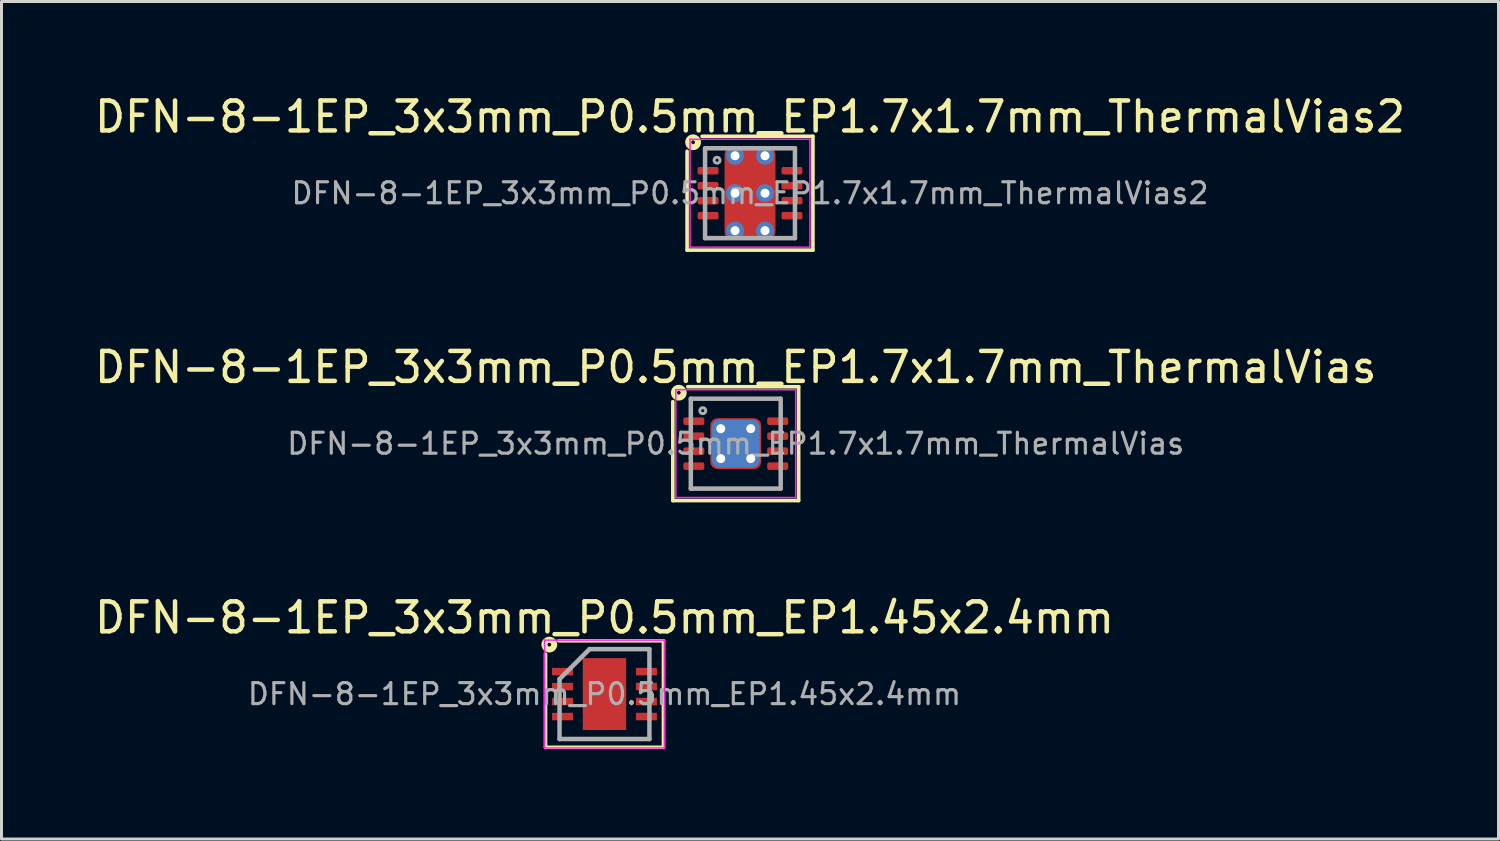
<source format=kicad_pcb>
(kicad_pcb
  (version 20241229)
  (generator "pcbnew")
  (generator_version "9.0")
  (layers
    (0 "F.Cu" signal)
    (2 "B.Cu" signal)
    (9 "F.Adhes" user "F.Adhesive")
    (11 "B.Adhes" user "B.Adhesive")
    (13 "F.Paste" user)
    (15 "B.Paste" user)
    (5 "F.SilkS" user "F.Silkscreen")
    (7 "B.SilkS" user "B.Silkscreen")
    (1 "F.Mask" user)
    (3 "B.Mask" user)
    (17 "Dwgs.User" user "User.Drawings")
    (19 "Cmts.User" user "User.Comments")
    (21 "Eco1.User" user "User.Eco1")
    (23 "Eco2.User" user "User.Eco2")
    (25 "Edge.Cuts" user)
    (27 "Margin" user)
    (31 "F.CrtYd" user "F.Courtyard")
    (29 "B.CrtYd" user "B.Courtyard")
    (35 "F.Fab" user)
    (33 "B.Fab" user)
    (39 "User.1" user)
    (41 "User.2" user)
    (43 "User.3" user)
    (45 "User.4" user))
  (footprint "DFN-8-1EP_3x3mm_P0.5mm_EP1.7x1.7mm_ThermalVias2"
    (layer "F.Cu")
    (at 21.982 3.398)
    (property "Reference" "DFN-8-1EP_3x3mm_P0.5mm_EP1.7x1.7mm_ThermalVias2" (at 0 -2.55 0) (layer "F.SilkS") (effects (font (size 1 1) (thickness 0.15))))
    (attr smd)
    (fp_line (start -2.1 1.9) (end -2.1 -1.4) (stroke (width 0.12) (type solid)) (layer "F.SilkS"))
    (fp_line (start -1.6 -1.9) (end 2.1 -1.9) (stroke (width 0.12) (type solid)) (layer "F.SilkS"))
    (fp_line (start 2.1 -1.9) (end 2.1 1.9) (stroke (width 0.12) (type solid)) (layer "F.SilkS"))
    (fp_line (start 2.1 1.9) (end -2.1 1.9) (stroke (width 0.12) (type solid)) (layer "F.SilkS"))
    (fp_circle (center -1.9 -1.7) (end -1.837 -1.7) (stroke (width 0.2) (type solid)) (fill no) (layer "F.SilkS"))
    (fp_line (start -2 -1.8) (end -2 1.8) (stroke (width 0.05) (type solid)) (layer "F.CrtYd"))
    (fp_line (start -2 -1.8) (end 2 -1.8) (stroke (width 0.05) (type solid)) (layer "F.CrtYd"))
    (fp_line (start -2 1.8) (end 2 1.8) (stroke (width 0.05) (type solid)) (layer "F.CrtYd"))
    (fp_line (start 2 -1.8) (end 2 1.8) (stroke (width 0.05) (type solid)) (layer "F.CrtYd"))
    (fp_line (start -1.5 -1.5) (end 1.5 -1.5) (stroke (width 0.15) (type solid)) (layer "F.Fab"))
    (fp_line (start -1.5 1.5) (end -1.5 -1.5) (stroke (width 0.15) (type solid)) (layer "F.Fab"))
    (fp_line (start 1.5 -1.5) (end 1.5 1.5) (stroke (width 0.15) (type solid)) (layer "F.Fab"))
    (fp_line (start 1.5 1.5) (end -1.5 1.5) (stroke (width 0.15) (type solid)) (layer "F.Fab"))
    (fp_circle (center -1.1 -1.1) (end -1 -1.1) (stroke (width 0.1) (type solid)) (fill no) (layer "F.Fab"))
    (fp_text user "${REFERENCE}" (at 0 0 0) (layer "F.Fab") (effects (font (size 0.7 0.7) (thickness 0.105))))
    (pad "" smd roundrect (at -0.375 -0.625) (size 0.55 0.45) (layers "F.Paste") (roundrect_rratio 0.25))
    (pad "" smd roundrect (at -0.375 0.625) (size 0.55 0.45) (layers "F.Paste") (roundrect_rratio 0.25))
    (pad "" smd roundrect (at 0 -0.625) (size 1.5 0.65) (layers "F.Mask") (roundrect_rratio 0.25))
    (pad "" smd roundrect (at 0 0.625) (size 1.5 0.65) (layers "F.Mask") (roundrect_rratio 0.25))
    (pad "" smd roundrect (at 0.375 -0.625) (size 0.55 0.45) (layers "F.Paste") (roundrect_rratio 0.25))
    (pad "" smd roundrect (at 0.375 0.625) (size 0.55 0.45) (layers "F.Paste") (roundrect_rratio 0.25))
    (pad "1" smd roundrect (at -1.4 -0.75) (size 0.7 0.25) (layers "F.Cu" "F.Mask" "F.Paste") (roundrect_rratio 0.25))
    (pad "2" smd roundrect (at -1.4 -0.25) (size 0.7 0.25) (layers "F.Cu" "F.Mask" "F.Paste") (roundrect_rratio 0.25))
    (pad "3" smd roundrect (at -1.4 0.25) (size 0.7 0.25) (layers "F.Cu" "F.Mask" "F.Paste") (roundrect_rratio 0.25))
    (pad "4" smd roundrect (at -1.4 0.75) (size 0.7 0.25) (layers "F.Cu" "F.Mask" "F.Paste") (roundrect_rratio 0.25))
    (pad "5" smd roundrect (at 1.4 0.75) (size 0.7 0.25) (layers "F.Cu" "F.Mask" "F.Paste") (roundrect_rratio 0.25))
    (pad "6" smd roundrect (at 1.4 0.25) (size 0.7 0.25) (layers "F.Cu" "F.Mask" "F.Paste") (roundrect_rratio 0.25))
    (pad "7" smd roundrect (at 1.4 -0.25) (size 0.7 0.25) (layers "F.Cu" "F.Mask" "F.Paste") (roundrect_rratio 0.25))
    (pad "8" smd roundrect (at 1.4 -0.75) (size 0.7 0.25) (layers "F.Cu" "F.Mask" "F.Paste") (roundrect_rratio 0.25))
    (pad "9" thru_hole circle (at -0.5 -1.25) (size 0.6 0.6) (drill 0.3) (property pad_prop_heatsink) (layers "*.Cu" "*.Mask"))
    (pad "9" thru_hole circle (at -0.5 0) (size 0.6 0.6) (drill 0.3) (property pad_prop_heatsink) (layers "*.Cu" "*.Mask"))
    (pad "9" thru_hole circle (at -0.5 1.25) (size 0.6 0.6) (drill 0.3) (property pad_prop_heatsink) (layers "*.Cu" "*.Mask"))
    (pad "9" smd roundrect (at 0 0) (size 1.7 3.1) (layers "F.Cu") (roundrect_rratio 0.147))
    (pad "9" thru_hole circle (at 0.5 -1.25) (size 0.6 0.6) (drill 0.3) (property pad_prop_heatsink) (layers "*.Cu" "*.Mask"))
    (pad "9" thru_hole circle (at 0.5 0) (size 0.6 0.6) (drill 0.3) (property pad_prop_heatsink) (layers "*.Cu" "*.Mask"))
    (pad "9" thru_hole circle (at 0.5 1.25) (size 0.6 0.6) (drill 0.3) (property pad_prop_heatsink) (layers "*.Cu" "*.Mask")))
  (footprint "DFN-8-1EP_3x3mm_P0.5mm_EP1.7x1.7mm_ThermalVias"
    (layer "F.Cu")
    (at 21.506 11.757)
    (property "Reference" "DFN-8-1EP_3x3mm_P0.5mm_EP1.7x1.7mm_ThermalVias" (at 0 -2.55 0) (layer "F.SilkS") (effects (font (size 1 1) (thickness 0.15))))
    (attr smd)
    (fp_line (start -2.1 1.9) (end -2.1 -1.4) (stroke (width 0.12) (type solid)) (layer "F.SilkS"))
    (fp_line (start -1.6 -1.9) (end 2.1 -1.9) (stroke (width 0.12) (type solid)) (layer "F.SilkS"))
    (fp_line (start 2.1 -1.9) (end 2.1 1.9) (stroke (width 0.12) (type solid)) (layer "F.SilkS"))
    (fp_line (start 2.1 1.9) (end -2.1 1.9) (stroke (width 0.12) (type solid)) (layer "F.SilkS"))
    (fp_circle (center -1.9 -1.7) (end -1.837 -1.7) (stroke (width 0.2) (type solid)) (fill no) (layer "F.SilkS"))
    (fp_line (start -2 -1.8) (end -2 1.8) (stroke (width 0.05) (type solid)) (layer "F.CrtYd"))
    (fp_line (start -2 -1.8) (end 2 -1.8) (stroke (width 0.05) (type solid)) (layer "F.CrtYd"))
    (fp_line (start -2 1.8) (end 2 1.8) (stroke (width 0.05) (type solid)) (layer "F.CrtYd"))
    (fp_line (start 2 -1.8) (end 2 1.8) (stroke (width 0.05) (type solid)) (layer "F.CrtYd"))
    (fp_line (start -1.5 -1.5) (end 1.5 -1.5) (stroke (width 0.15) (type solid)) (layer "F.Fab"))
    (fp_line (start -1.5 1.5) (end -1.5 -1.5) (stroke (width 0.15) (type solid)) (layer "F.Fab"))
    (fp_line (start 1.5 -1.5) (end 1.5 1.5) (stroke (width 0.15) (type solid)) (layer "F.Fab"))
    (fp_line (start 1.5 1.5) (end -1.5 1.5) (stroke (width 0.15) (type solid)) (layer "F.Fab"))
    (fp_circle (center -1.1 -1.1) (end -1 -1.1) (stroke (width 0.1) (type solid)) (fill no) (layer "F.Fab"))
    (fp_text user "${REFERENCE}" (at 0 0 0) (layer "F.Fab") (effects (font (size 0.7 0.7) (thickness 0.105))))
    (pad "" smd roundrect (at -0.415 -0.4) (size 0.64 0.6) (layers "F.Paste") (roundrect_rratio 0.25))
    (pad "" smd roundrect (at -0.415 0.4) (size 0.64 0.6) (layers "F.Paste") (roundrect_rratio 0.25))
    (pad "" smd roundrect (at 0.415 -0.4) (size 0.64 0.6) (layers "F.Paste") (roundrect_rratio 0.25))
    (pad "" smd roundrect (at 0.415 0.4) (size 0.64 0.6) (layers "F.Paste") (roundrect_rratio 0.25))
    (pad "1" smd roundrect (at -1.4 -0.75) (size 0.7 0.25) (layers "F.Cu" "F.Mask" "F.Paste") (roundrect_rratio 0.25))
    (pad "2" smd roundrect (at -1.4 -0.25) (size 0.7 0.25) (layers "F.Cu" "F.Mask" "F.Paste") (roundrect_rratio 0.25))
    (pad "3" smd roundrect (at -1.4 0.25) (size 0.7 0.25) (layers "F.Cu" "F.Mask" "F.Paste") (roundrect_rratio 0.25))
    (pad "4" smd roundrect (at -1.4 0.75) (size 0.7 0.25) (layers "F.Cu" "F.Mask" "F.Paste") (roundrect_rratio 0.25))
    (pad "5" smd roundrect (at 1.4 0.75) (size 0.7 0.25) (layers "F.Cu" "F.Mask" "F.Paste") (roundrect_rratio 0.25))
    (pad "6" smd roundrect (at 1.4 0.25) (size 0.7 0.25) (layers "F.Cu" "F.Mask" "F.Paste") (roundrect_rratio 0.25))
    (pad "7" smd roundrect (at 1.4 -0.25) (size 0.7 0.25) (layers "F.Cu" "F.Mask" "F.Paste") (roundrect_rratio 0.25))
    (pad "8" smd roundrect (at 1.4 -0.75) (size 0.7 0.25) (layers "F.Cu" "F.Mask" "F.Paste") (roundrect_rratio 0.25))
    (pad "9" thru_hole circle (at -0.5 -0.5) (size 0.6 0.6) (drill 0.3) (property pad_prop_heatsink) (layers "*.Cu"))
    (pad "9" thru_hole circle (at -0.5 0.5) (size 0.6 0.6) (drill 0.3) (property pad_prop_heatsink) (layers "*.Cu"))
    (pad "9" smd roundrect (at 0 0) (size 1.6 1.6) (layers "B.Cu" "B.Mask") (roundrect_rratio 0.156))
    (pad "9" smd roundrect (at 0 0) (size 1.7 1.7) (layers "F.Cu" "F.Mask") (roundrect_rratio 0.147))
    (pad "9" thru_hole circle (at 0.5 -0.5) (size 0.6 0.6) (drill 0.3) (property pad_prop_heatsink) (layers "*.Cu"))
    (pad "9" thru_hole circle (at 0.5 0.5) (size 0.6 0.6) (drill 0.3) (property pad_prop_heatsink) (layers "*.Cu")))
  (footprint "DFN-8-1EP_3x3mm_P0.5mm_EP1.45x2.4mm"
    (layer "F.Cu")
    (at 17.125 20.115)
    (property "Reference" "DFN-8-1EP_3x3mm_P0.5mm_EP1.45x2.4mm" (at 0 -2.55 0) (layer "F.SilkS") (effects (font (size 1 1) (thickness 0.15))))
    (attr smd)
    (fp_line (start -1.968 1.778) (end -1.968 -1.333) (stroke (width 0.12) (type solid)) (layer "F.SilkS"))
    (fp_line (start -1.524 -1.778) (end 1.968 -1.778) (stroke (width 0.12) (type solid)) (layer "F.SilkS"))
    (fp_line (start 1.968 -1.778) (end 1.968 1.778) (stroke (width 0.12) (type solid)) (layer "F.SilkS"))
    (fp_line (start 1.968 1.778) (end -1.968 1.778) (stroke (width 0.12) (type solid)) (layer "F.SilkS"))
    (fp_circle (center -1.841 -1.651) (end -1.778 -1.651) (stroke (width 0.2) (type solid)) (fill no) (layer "F.SilkS"))
    (fp_line (start -2 -1.8) (end -2 1.8) (stroke (width 0.05) (type solid)) (layer "F.CrtYd"))
    (fp_line (start -2 -1.8) (end 2 -1.8) (stroke (width 0.05) (type solid)) (layer "F.CrtYd"))
    (fp_line (start -2 1.8) (end 2 1.8) (stroke (width 0.05) (type solid)) (layer "F.CrtYd"))
    (fp_line (start 2 -1.8) (end 2 1.8) (stroke (width 0.05) (type solid)) (layer "F.CrtYd"))
    (fp_line (start -1.5 -0.5) (end -0.5 -1.5) (stroke (width 0.15) (type solid)) (layer "F.Fab"))
    (fp_line (start -1.5 1.5) (end -1.5 -0.5) (stroke (width 0.15) (type solid)) (layer "F.Fab"))
    (fp_line (start -0.5 -1.5) (end 1.5 -1.5) (stroke (width 0.15) (type solid)) (layer "F.Fab"))
    (fp_line (start 1.5 -1.5) (end 1.5 1.5) (stroke (width 0.15) (type solid)) (layer "F.Fab"))
    (fp_line (start 1.5 1.5) (end -1.5 1.5) (stroke (width 0.15) (type solid)) (layer "F.Fab"))
    (fp_text user "${REFERENCE}" (at 0 0 0) (layer "F.Fab") (effects (font (size 0.7 0.7) (thickness 0.105))))
    (pad "" smd rect (at -0.35 -0.595) (size 0.5 1) (layers "F.Paste"))
    (pad "" smd rect (at -0.35 0.595) (size 0.5 1) (layers "F.Paste"))
    (pad "" smd rect (at 0.35 -0.595) (size 0.5 1) (layers "F.Paste"))
    (pad "" smd rect (at 0.35 0.595) (size 0.5 1) (layers "F.Paste"))
    (pad "1" smd rect (at -1.4 -0.75) (size 0.7 0.25) (layers "F.Cu" "F.Mask" "F.Paste"))
    (pad "2" smd rect (at -1.4 -0.25) (size 0.7 0.25) (layers "F.Cu" "F.Mask" "F.Paste"))
    (pad "3" smd rect (at -1.4 0.25) (size 0.7 0.25) (layers "F.Cu" "F.Mask" "F.Paste"))
    (pad "4" smd rect (at -1.4 0.75) (size 0.7 0.25) (layers "F.Cu" "F.Mask" "F.Paste"))
    (pad "5" smd rect (at 1.4 0.75) (size 0.7 0.25) (layers "F.Cu" "F.Mask" "F.Paste"))
    (pad "6" smd rect (at 1.4 0.25) (size 0.7 0.25) (layers "F.Cu" "F.Mask" "F.Paste"))
    (pad "7" smd rect (at 1.4 -0.25) (size 0.7 0.25) (layers "F.Cu" "F.Mask" "F.Paste"))
    (pad "8" smd rect (at 1.4 -0.75) (size 0.7 0.25) (layers "F.Cu" "F.Mask" "F.Paste"))
    (pad "9" smd rect (at 0 0) (size 1.45 2.4) (layers "F.Cu" "F.Mask")))
  (gr_rect
    (start -3 -3)
    (end 46.964 24.953)
    (stroke (width 0.1) (type default))
    (fill no)
    (layer "Edge.Cuts")))
</source>
